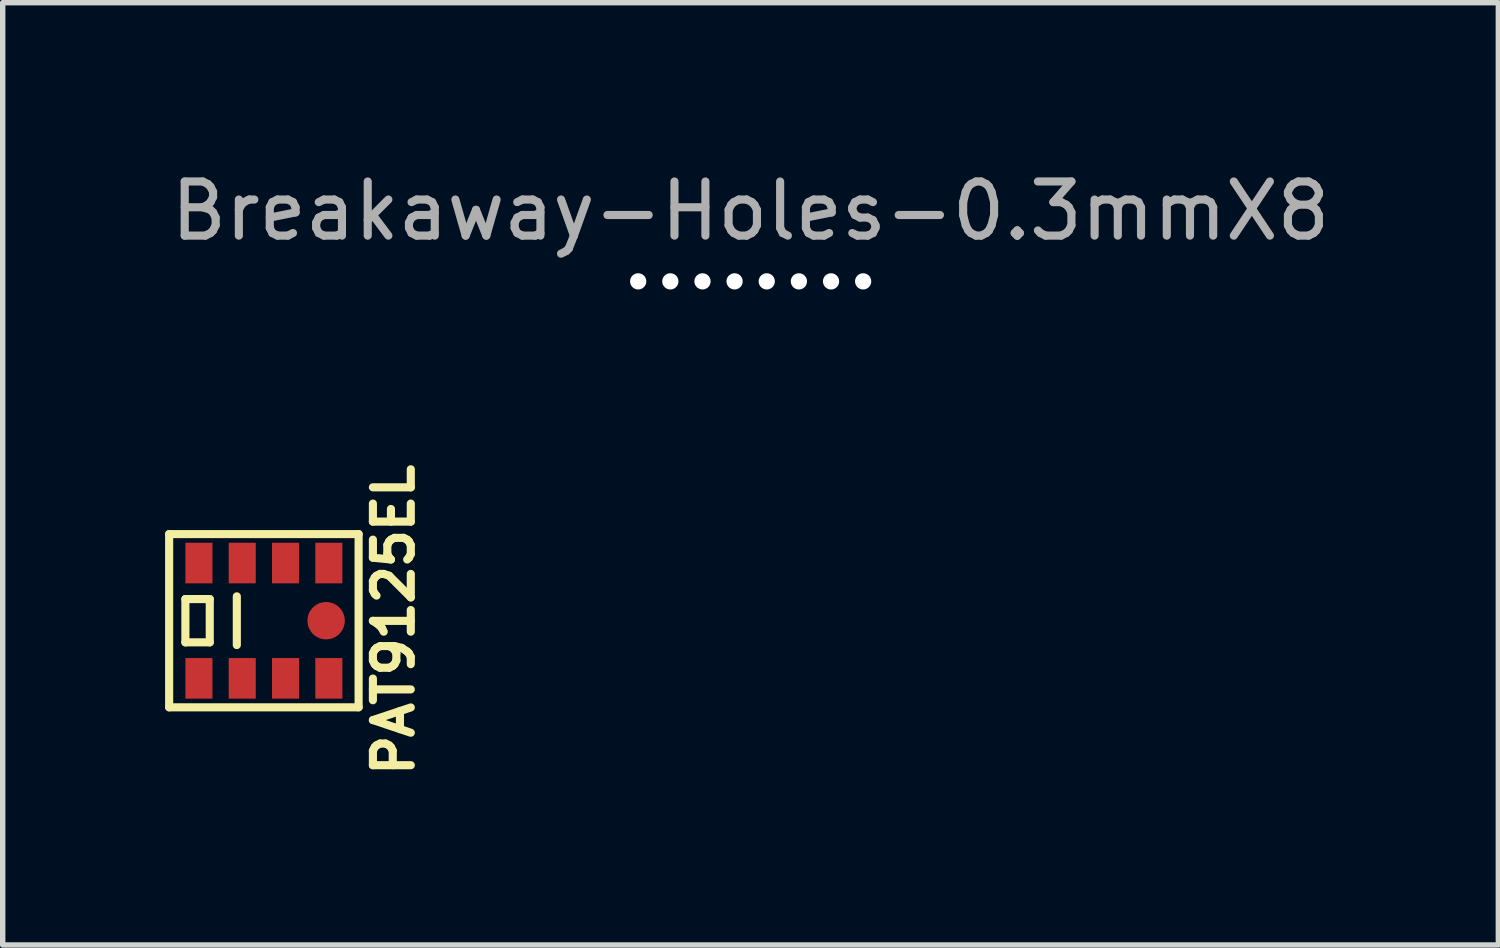
<source format=kicad_pcb>
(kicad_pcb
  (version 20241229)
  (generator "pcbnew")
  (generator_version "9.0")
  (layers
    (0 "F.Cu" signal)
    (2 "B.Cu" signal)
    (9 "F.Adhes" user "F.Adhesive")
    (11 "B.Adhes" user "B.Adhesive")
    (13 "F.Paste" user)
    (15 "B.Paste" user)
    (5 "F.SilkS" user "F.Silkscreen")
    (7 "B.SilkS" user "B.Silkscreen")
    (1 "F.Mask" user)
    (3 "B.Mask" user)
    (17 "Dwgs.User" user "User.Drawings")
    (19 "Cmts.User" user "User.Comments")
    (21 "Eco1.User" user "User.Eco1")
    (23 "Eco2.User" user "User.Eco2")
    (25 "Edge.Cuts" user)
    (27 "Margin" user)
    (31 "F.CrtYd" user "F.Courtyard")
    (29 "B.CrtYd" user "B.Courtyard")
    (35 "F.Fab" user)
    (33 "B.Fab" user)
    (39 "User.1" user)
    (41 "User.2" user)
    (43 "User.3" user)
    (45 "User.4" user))
  (footprint "Breakaway-Holes-0.3mmX8"
    (layer "F.Cu")
    (at 10.815 2.148)
    (property "Reference" "Breakaway-Holes-0.3mmX8" (at 0 -1.3 0) (layer "F.Fab") (effects (font (size 1 1) (thickness 0.15))))
    (attr through_hole)
    (pad "" np_thru_hole circle (at -2.075 0) (size 0.3 0.3) (drill 0.3) (layers "*.Cu" "*.Mask"))
    (pad "" np_thru_hole circle (at -1.481 0) (size 0.3 0.3) (drill 0.3) (layers "*.Cu" "*.Mask"))
    (pad "" np_thru_hole circle (at -0.887 0) (size 0.3 0.3) (drill 0.3) (layers "*.Cu" "*.Mask"))
    (pad "" np_thru_hole circle (at -0.294 0) (size 0.3 0.3) (drill 0.3) (layers "*.Cu" "*.Mask"))
    (pad "" np_thru_hole circle (at 0.3 0) (size 0.3 0.3) (drill 0.3) (layers "*.Cu" "*.Mask"))
    (pad "" np_thru_hole circle (at 0.894 0) (size 0.3 0.3) (drill 0.3) (layers "*.Cu" "*.Mask"))
    (pad "" np_thru_hole circle (at 1.488 0) (size 0.3 0.3) (drill 0.3) (layers "*.Cu" "*.Mask"))
    (pad "" np_thru_hole circle (at 2.081 0) (size 0.3 0.3) (drill 0.3) (layers "*.Cu" "*.Mask")))
  (footprint "PAT9125EL"
    (layer "F.Cu")
    (at 1.825 8.417)
    (property "Reference" "PAT9125EL" (at 2.398 -0.014 90) (layer "F.SilkS") (effects (font (size 0.7 0.7) (thickness 0.15))))
    (attr smd)
    (fp_line (start -1.75 -1.6) (end 1.75 -1.6) (stroke (width 0.15) (type solid)) (layer "F.SilkS"))
    (fp_line (start -1.75 1.6) (end -1.75 -1.6) (stroke (width 0.15) (type solid)) (layer "F.SilkS"))
    (fp_line (start -1.45 -0.4) (end -1.45 0.4) (stroke (width 0.15) (type solid)) (layer "F.SilkS"))
    (fp_line (start -1.45 0.4) (end -1 0.4) (stroke (width 0.15) (type solid)) (layer "F.SilkS"))
    (fp_line (start -1 -0.4) (end -1.45 -0.4) (stroke (width 0.15) (type solid)) (layer "F.SilkS"))
    (fp_line (start -1 0.4) (end -1 -0.4) (stroke (width 0.15) (type solid)) (layer "F.SilkS"))
    (fp_line (start -0.5 -0.45) (end -0.5 0.45) (stroke (width 0.15) (type solid)) (layer "F.SilkS"))
    (fp_line (start 1.75 -1.6) (end 1.75 1.6) (stroke (width 0.15) (type solid)) (layer "F.SilkS"))
    (fp_line (start 1.75 1.6) (end -1.75 1.6) (stroke (width 0.15) (type solid)) (layer "F.SilkS"))
    (pad "1" smd rect (at -1.2 1.065) (size 0.5 0.75) (layers "F.Cu" "F.Mask" "F.Paste"))
    (pad "2" smd rect (at -0.4 1.065) (size 0.5 0.75) (layers "F.Cu" "F.Mask" "F.Paste"))
    (pad "3" smd rect (at 0.4 1.065) (size 0.5 0.75) (layers "F.Cu" "F.Mask" "F.Paste"))
    (pad "4" smd rect (at 1.2 1.065) (size 0.5 0.75) (layers "F.Cu" "F.Mask" "F.Paste"))
    (pad "5" smd rect (at 1.2 -1.065) (size 0.5 0.75) (layers "F.Cu" "F.Mask" "F.Paste"))
    (pad "6" smd rect (at 0.4 -1.065) (size 0.5 0.75) (layers "F.Cu" "F.Mask" "F.Paste"))
    (pad "7" smd rect (at -0.4 -1.065) (size 0.5 0.75) (layers "F.Cu" "F.Mask" "F.Paste"))
    (pad "8" smd rect (at -1.2 -1.065) (size 0.5 0.75) (layers "F.Cu" "F.Mask" "F.Paste"))
    (pad "9" smd circle (at 1.15 0) (size 0.69 0.69) (layers "F.Cu" "F.Mask" "F.Paste")))
  (gr_rect
    (start -3 -3)
    (end 24.631 14.408)
    (stroke (width 0.1) (type default))
    (fill no)
    (layer "Edge.Cuts")))
</source>
